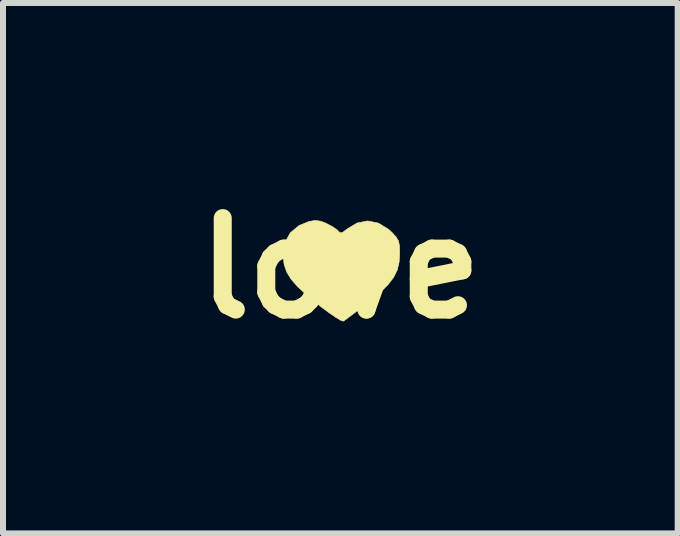
<source format=kicad_pcb>
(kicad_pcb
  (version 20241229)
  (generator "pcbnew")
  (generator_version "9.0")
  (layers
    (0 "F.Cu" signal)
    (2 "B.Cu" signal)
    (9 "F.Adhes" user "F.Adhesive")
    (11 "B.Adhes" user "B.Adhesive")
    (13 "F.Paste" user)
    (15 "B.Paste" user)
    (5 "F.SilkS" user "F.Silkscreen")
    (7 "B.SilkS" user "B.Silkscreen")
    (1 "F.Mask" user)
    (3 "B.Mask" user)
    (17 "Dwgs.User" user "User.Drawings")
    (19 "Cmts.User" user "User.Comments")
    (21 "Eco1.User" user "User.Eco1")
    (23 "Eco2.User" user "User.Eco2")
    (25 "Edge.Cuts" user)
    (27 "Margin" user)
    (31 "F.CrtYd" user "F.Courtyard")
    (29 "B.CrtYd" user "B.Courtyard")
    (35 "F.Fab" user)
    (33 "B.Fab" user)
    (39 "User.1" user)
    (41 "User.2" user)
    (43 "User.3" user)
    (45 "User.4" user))
  (footprint "love"
    (layer "F.Cu")
    (at 2.62 1.418)
    (property "Reference" "love" (at 0 0 0) (layer "F.SilkS") (effects (font (size 1.524 1.524) (thickness 0.3))))
    (attr through_hole)
    (fp_poly (pts (xy -0.324 -0.782) (xy -0.238 -0.748) (xy -0.136 -0.695) (xy -0.057 -0.641) (xy -0.04 -0.623) (xy -0.003 -0.59) (xy 0.036 -0.595) (xy 0.102 -0.644) (xy 0.111 -0.652) (xy 0.279 -0.753) (xy 0.455 -0.787) (xy 0.631 -0.752) (xy 0.8 -0.65) (xy 0.855 -0.6) (xy 0.929 -0.52) (xy 0.969 -0.453) (xy 0.985 -0.369) (xy 0.988 -0.25) (xy 0.979 -0.101) (xy 0.948 0.03) (xy 0.887 0.153) (xy 0.791 0.278) (xy 0.651 0.414) (xy 0.462 0.571) (xy 0.335 0.669) (xy 0.22 0.757) (xy 0.124 0.829) (xy 0.064 0.874) (xy 0.053 0.882) (xy 0.013 0.871) (xy -0.069 0.823) (xy -0.183 0.746) (xy -0.316 0.647) (xy -0.326 0.639) (xy -0.542 0.464) (xy -0.704 0.315) (xy -0.82 0.184) (xy -0.895 0.061) (xy -0.937 -0.064) (xy -0.952 -0.201) (xy -0.953 -0.233) (xy -0.922 -0.431) (xy -0.831 -0.592) (xy -0.686 -0.712) (xy -0.524 -0.777) (xy -0.419 -0.796) (xy -0.324 -0.782)) (stroke (width 0.01) (type solid)) (fill yes) (layer "F.SilkS")))
  (gr_rect
    (start -3 -3)
    (end 8.24 5.836)
    (stroke (width 0.1) (type default))
    (fill no)
    (layer "Edge.Cuts")))
</source>
